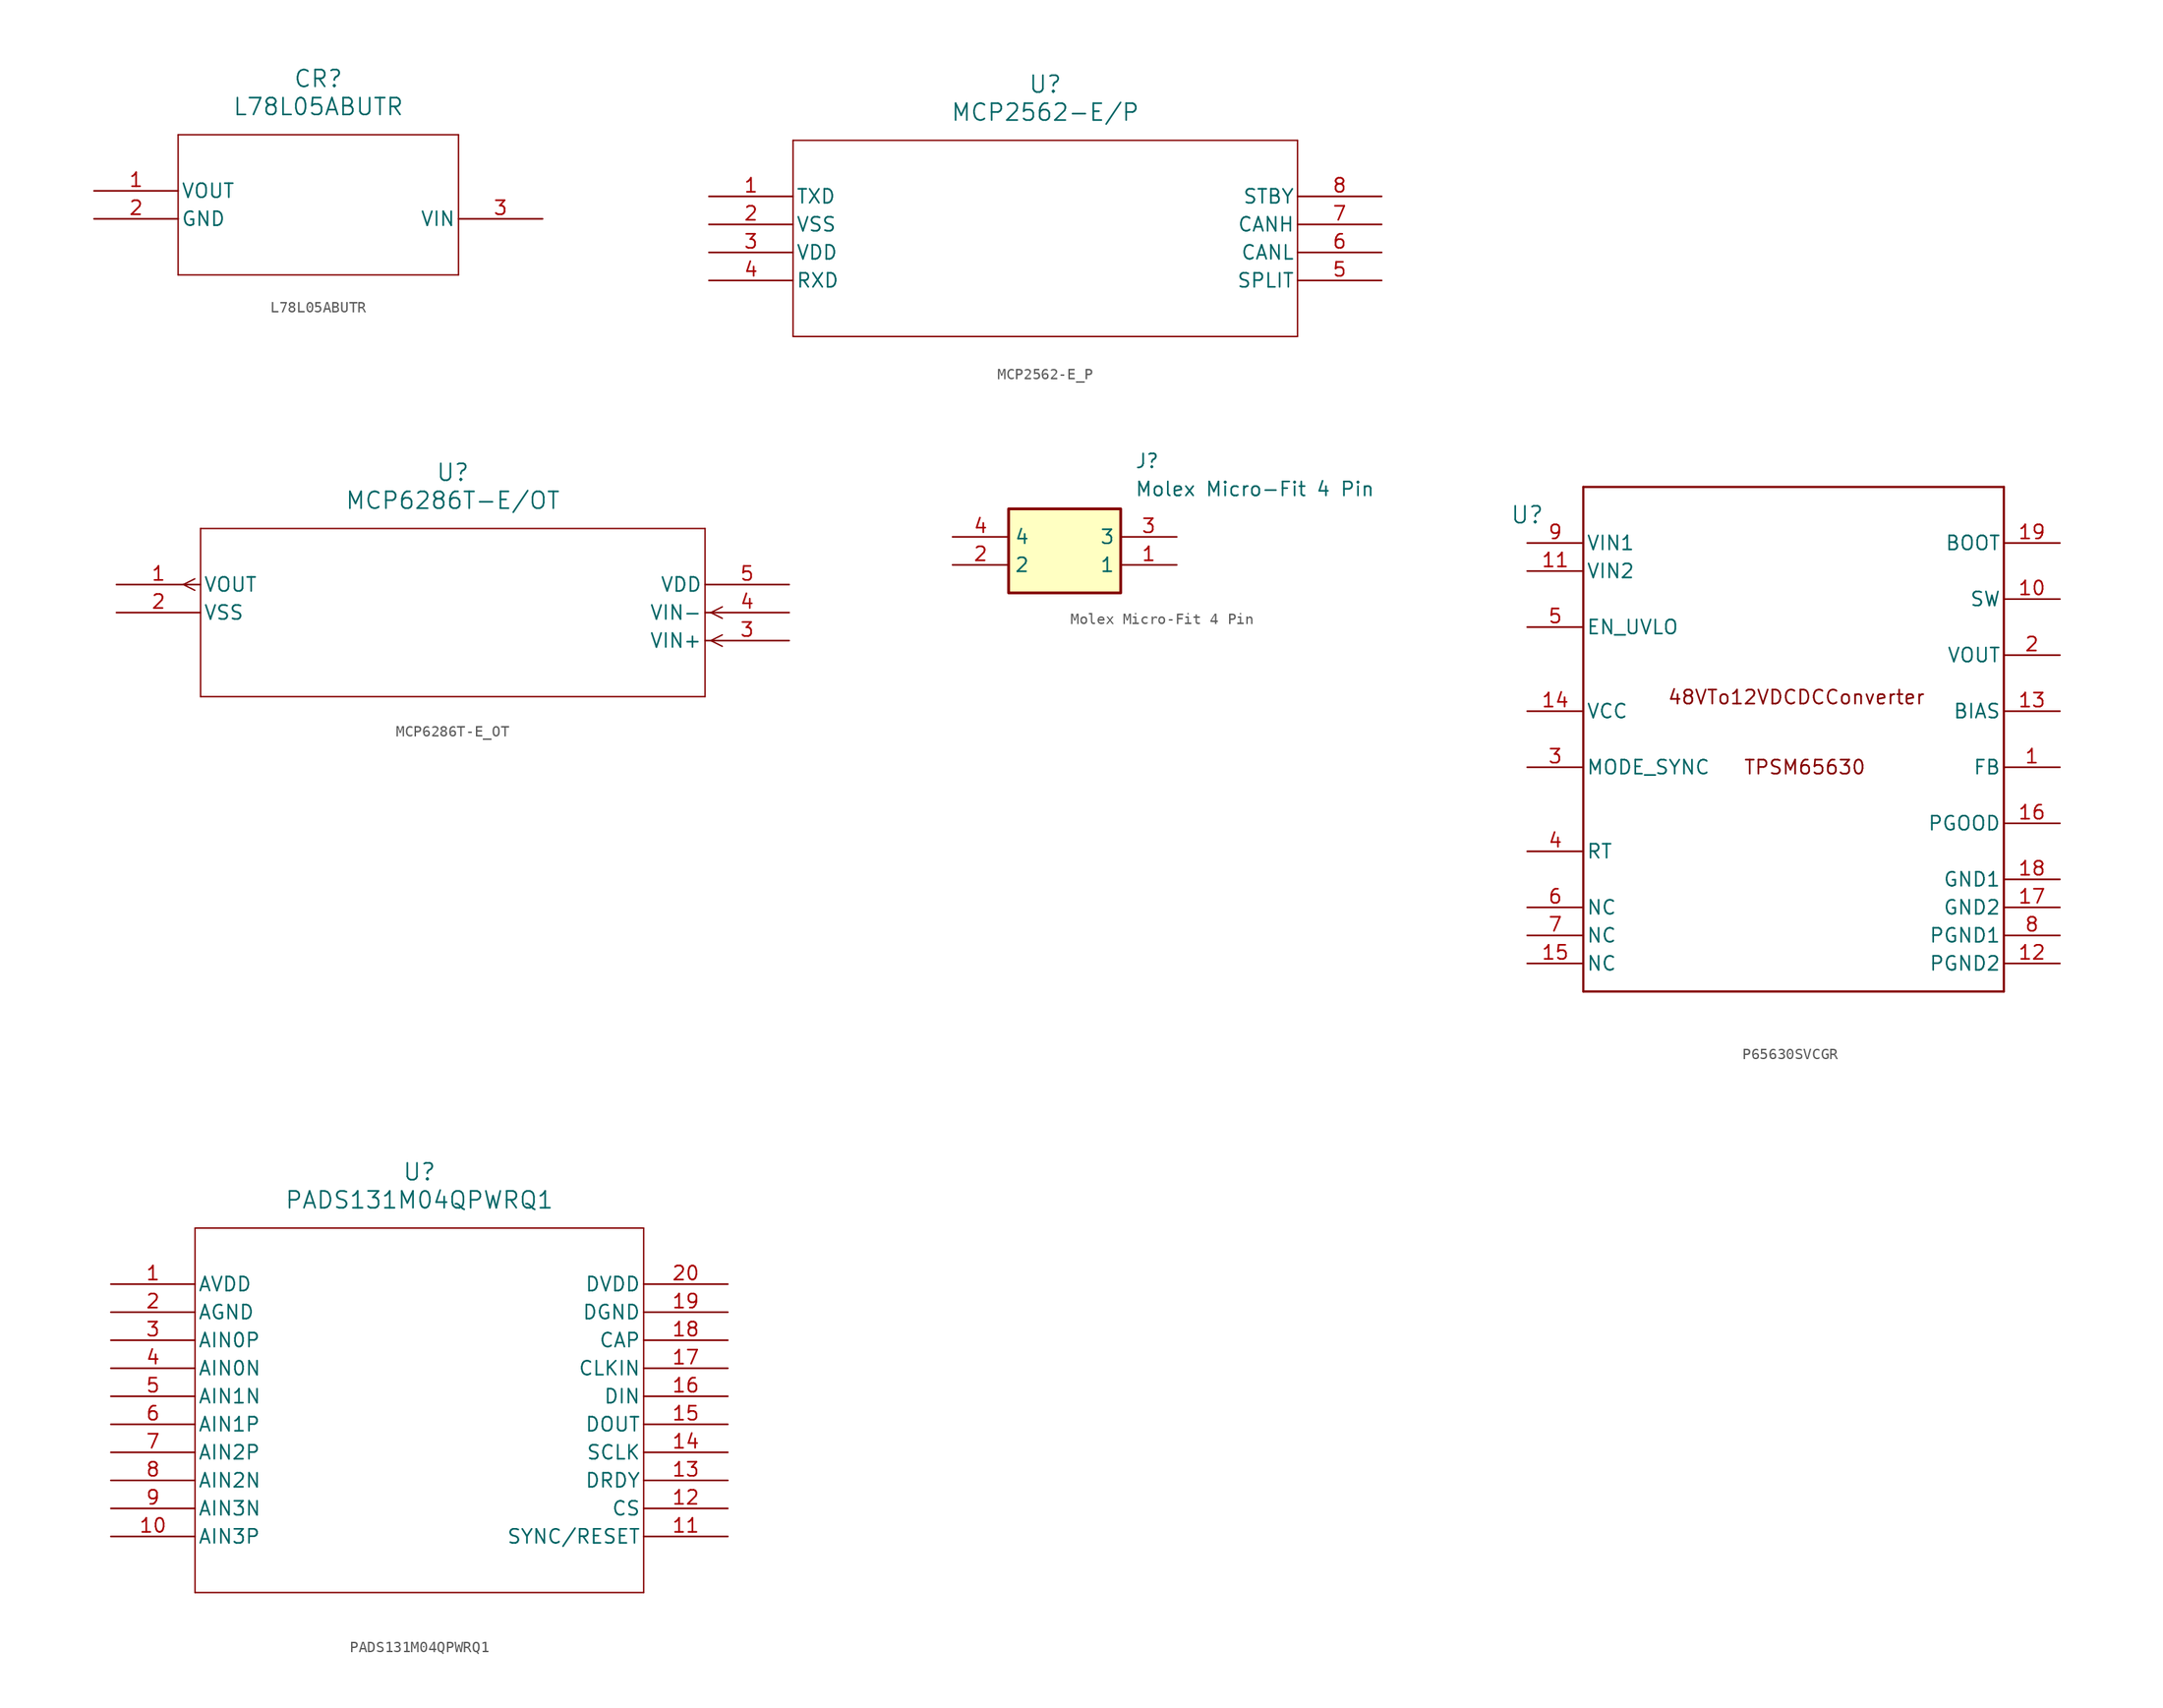
<source format=kicad_sym>
(kicad_symbol_lib
  (version 20241209)
  (generator "kicad_symbol_editor")
  (generator_version "9.0")
  (symbol "L78L05ABUTR"
    (pin_names
      (offset 0.254))
    (property "Reference" "CR"
      (at 20.32 10.16 0)
      (effects (font (size 1.524 1.524))))
    (property "Value" "L78L05ABUTR"
      (at 20.32 7.62 0)
      (effects (font (size 1.524 1.524))))
    (symbol "L78L05ABUTR_0_1"
      (polyline (pts (xy 7.62 5.08) (xy 7.62 -7.62)) (stroke (width 0.127) (type default)) (fill (type none)))
      (polyline (pts (xy 7.62 -7.62) (xy 33.02 -7.62)) (stroke (width 0.127) (type default)) (fill (type none)))
      (polyline (pts (xy 33.02 5.08) (xy 7.62 5.08)) (stroke (width 0.127) (type default)) (fill (type none)))
      (polyline (pts (xy 33.02 -7.62) (xy 33.02 5.08)) (stroke (width 0.127) (type default)) (fill (type none)))
      (pin output line (at 0 0 0) (length 7.62) (name "VOUT" (effects (font (size 1.27 1.27)))) (number "1" (effects (font (size 1.27 1.27)))))
      (pin power_out line (at 0 -2.54 0) (length 7.62) (name "GND" (effects (font (size 1.27 1.27)))) (number "2" (effects (font (size 1.27 1.27)))))
      (pin input line (at 40.64 -2.54 180) (length 7.62) (name "VIN" (effects (font (size 1.27 1.27)))) (number "3" (effects (font (size 1.27 1.27)))))))
  (symbol "MCP2562-E_P"
    (pin_names
      (offset 0.254))
    (property "Reference" "U"
      (at 30.48 10.16 0)
      (effects (font (size 1.524 1.524))))
    (property "Value" "MCP2562-E/P"
      (at 30.48 7.62 0)
      (effects (font (size 1.524 1.524))))
    (property "ki_locked" ""
      (at 0 0 0)
      (effects (font (size 1.27 1.27))))
    (symbol "MCP2562-E_P_0_1"
      (polyline (pts (xy 7.62 5.08) (xy 7.62 -12.7)) (stroke (width 0.127) (type default)) (fill (type none)))
      (polyline (pts (xy 7.62 -12.7) (xy 53.34 -12.7)) (stroke (width 0.127) (type default)) (fill (type none)))
      (polyline (pts (xy 53.34 5.08) (xy 7.62 5.08)) (stroke (width 0.127) (type default)) (fill (type none)))
      (polyline (pts (xy 53.34 -12.7) (xy 53.34 5.08)) (stroke (width 0.127) (type default)) (fill (type none)))
      (pin input line (at 0 0 0) (length 7.62) (name "TXD" (effects (font (size 1.27 1.27)))) (number "1" (effects (font (size 1.27 1.27)))))
      (pin power_in line (at 0 -2.54 0) (length 7.62) (name "VSS" (effects (font (size 1.27 1.27)))) (number "2" (effects (font (size 1.27 1.27)))))
      (pin power_in line (at 0 -5.08 0) (length 7.62) (name "VDD" (effects (font (size 1.27 1.27)))) (number "3" (effects (font (size 1.27 1.27)))))
      (pin output line (at 0 -7.62 0) (length 7.62) (name "RXD" (effects (font (size 1.27 1.27)))) (number "4" (effects (font (size 1.27 1.27)))))
      (pin input line (at 60.96 0 180) (length 7.62) (name "STBY" (effects (font (size 1.27 1.27)))) (number "8" (effects (font (size 1.27 1.27)))))
      (pin bidirectional line (at 60.96 -2.54 180) (length 7.62) (name "CANH" (effects (font (size 1.27 1.27)))) (number "7" (effects (font (size 1.27 1.27)))))
      (pin bidirectional line (at 60.96 -5.08 180) (length 7.62) (name "CANL" (effects (font (size 1.27 1.27)))) (number "6" (effects (font (size 1.27 1.27)))))
      (pin unspecified line (at 60.96 -7.62 180) (length 7.62) (name "SPLIT" (effects (font (size 1.27 1.27)))) (number "5" (effects (font (size 1.27 1.27)))))))
  (symbol "MCP6286T-E_OT"
    (pin_names
      (offset 0.254))
    (property "Reference" "U"
      (at 30.48 10.16 0)
      (effects (font (size 1.524 1.524))))
    (property "Value" "MCP6286T-E/OT"
      (at 30.48 7.62 0)
      (effects (font (size 1.524 1.524))))
    (property "ki_locked" ""
      (at 0 0 0)
      (effects (font (size 1.27 1.27))))
    (symbol "MCP6286T-E_OT_0_1"
      (polyline (pts (xy 7.099 0.521) (xy 6.058 0)) (stroke (width 0.127) (type default)) (fill (type none)))
      (polyline (pts (xy 7.099 -0.521) (xy 6.058 0)) (stroke (width 0.127) (type default)) (fill (type none)))
      (polyline (pts (xy 7.62 5.08) (xy 7.62 -10.16)) (stroke (width 0.127) (type default)) (fill (type none)))
      (polyline (pts (xy 7.62 -10.16) (xy 53.34 -10.16)) (stroke (width 0.127) (type default)) (fill (type none)))
      (polyline (pts (xy 53.34 5.08) (xy 7.62 5.08)) (stroke (width 0.127) (type default)) (fill (type none)))
      (polyline (pts (xy 53.34 -10.16) (xy 53.34 5.08)) (stroke (width 0.127) (type default)) (fill (type none)))
      (polyline (pts (xy 53.861 -2.54) (xy 54.902 -2.019)) (stroke (width 0.127) (type default)) (fill (type none)))
      (polyline (pts (xy 53.861 -2.54) (xy 54.902 -3.061)) (stroke (width 0.127) (type default)) (fill (type none)))
      (polyline (pts (xy 53.861 -5.08) (xy 54.902 -4.559)) (stroke (width 0.127) (type default)) (fill (type none)))
      (polyline (pts (xy 53.861 -5.08) (xy 54.902 -5.601)) (stroke (width 0.127) (type default)) (fill (type none)))
      (pin output line (at 0 0 0) (length 7.62) (name "VOUT" (effects (font (size 1.27 1.27)))) (number "1" (effects (font (size 1.27 1.27)))))
      (pin power_in line (at 0 -2.54 0) (length 7.62) (name "VSS" (effects (font (size 1.27 1.27)))) (number "2" (effects (font (size 1.27 1.27)))))
      (pin power_in line (at 60.96 0 180) (length 7.62) (name "VDD" (effects (font (size 1.27 1.27)))) (number "5" (effects (font (size 1.27 1.27)))))
      (pin input line (at 60.96 -2.54 180) (length 7.62) (name "VIN-" (effects (font (size 1.27 1.27)))) (number "4" (effects (font (size 1.27 1.27)))))
      (pin input line (at 60.96 -5.08 180) (length 7.62) (name "VIN+" (effects (font (size 1.27 1.27)))) (number "3" (effects (font (size 1.27 1.27)))))))
  (symbol "Molex Micro-Fit 4 Pin"
    (property "Reference" "J"
      (at 16.51 7.62 0)
      (effects (font (size 1.27 1.27)) (justify left top)))
    (property "Value" "Molex Micro-Fit 4 Pin"
      (at 16.51 5.08 0)
      (effects (font (size 1.27 1.27)) (justify left top)))
    (symbol "Molex Micro-Fit 4 Pin_1_1"
      (rectangle (start 5.08 2.54) (end 15.24 -5.08) (stroke (width 0.254) (type default)) (fill (type background)))
      (pin passive line (at 0 0 0) (length 5.08) (name "4" (effects (font (size 1.27 1.27)))) (number "4" (effects (font (size 1.27 1.27)))))
      (pin passive line (at 0 -2.54 0) (length 5.08) (name "2" (effects (font (size 1.27 1.27)))) (number "2" (effects (font (size 1.27 1.27)))))
      (pin passive line (at 20.32 0 180) (length 5.08) (name "3" (effects (font (size 1.27 1.27)))) (number "3" (effects (font (size 1.27 1.27)))))
      (pin passive line (at 20.32 -2.54 180) (length 5.08) (name "1" (effects (font (size 1.27 1.27)))) (number "1" (effects (font (size 1.27 1.27)))))))
  (symbol "P65630SVCGR"
    (pin_names
      (offset 0.254))
    (property "Reference" "U"
      (at 0 2.54 0)
      (effects (font (size 1.524 1.524))))
    (property "ki_locked" ""
      (at 0 0 0)
      (effects (font (size 1.27 1.27))))
    (symbol "P65630SVCGR_0_1"
      (polyline (pts (xy 5.08 5.08) (xy 5.08 -40.64)) (stroke (width 0.203) (type default)) (fill (type none)))
      (polyline (pts (xy 5.08 -40.64) (xy 43.18 -40.64)) (stroke (width 0.203) (type default)) (fill (type none)))
      (polyline (pts (xy 43.18 5.08) (xy 5.08 5.08)) (stroke (width 0.203) (type default)) (fill (type none)))
      (polyline (pts (xy 43.18 -40.64) (xy 43.18 5.08)) (stroke (width 0.203) (type default)) (fill (type none)))
      (pin power_in line (at 0 0 0) (length 5.08) (name "VIN1" (effects (font (size 1.27 1.27)))) (number "9" (effects (font (size 1.27 1.27)))))
      (pin power_in line (at 0 -2.54 0) (length 5.08) (name "VIN2" (effects (font (size 1.27 1.27)))) (number "11" (effects (font (size 1.27 1.27)))))
      (pin input line (at 0 -7.62 0) (length 5.08) (name "EN_UVLO" (effects (font (size 1.27 1.27)))) (number "5" (effects (font (size 1.27 1.27)))))
      (pin power_in line (at 0 -15.24 0) (length 5.08) (name "VCC" (effects (font (size 1.27 1.27)))) (number "14" (effects (font (size 1.27 1.27)))))
      (pin input line (at 0 -20.32 0) (length 5.08) (name "MODE_SYNC" (effects (font (size 1.27 1.27)))) (number "3" (effects (font (size 1.27 1.27)))))
      (pin unspecified line (at 0 -27.94 0) (length 5.08) (name "RT" (effects (font (size 1.27 1.27)))) (number "4" (effects (font (size 1.27 1.27)))))
      (pin unspecified line (at 0 -33.02 0) (length 5.08) (name "NC" (effects (font (size 1.27 1.27)))) (number "6" (effects (font (size 1.27 1.27)))))
      (pin unspecified line (at 0 -35.56 0) (length 5.08) (name "NC" (effects (font (size 1.27 1.27)))) (number "7" (effects (font (size 1.27 1.27)))))
      (pin unspecified line (at 0 -38.1 0) (length 5.08) (name "NC" (effects (font (size 1.27 1.27)))) (number "15" (effects (font (size 1.27 1.27)))))
      (pin power_in line (at 48.26 0 180) (length 5.08) (name "BOOT" (effects (font (size 1.27 1.27)))) (number "19" (effects (font (size 1.27 1.27)))))
      (pin power_in line (at 48.26 -5.08 180) (length 5.08) (name "SW" (effects (font (size 1.27 1.27)))) (number "10" (effects (font (size 1.27 1.27)))))
      (pin power_in line (at 48.26 -10.16 180) (length 5.08) (name "VOUT" (effects (font (size 1.27 1.27)))) (number "2" (effects (font (size 1.27 1.27)))))
      (pin power_in line (at 48.26 -15.24 180) (length 5.08) (name "BIAS" (effects (font (size 1.27 1.27)))) (number "13" (effects (font (size 1.27 1.27)))))
      (pin unspecified line (at 48.26 -20.32 180) (length 5.08) (name "FB" (effects (font (size 1.27 1.27)))) (number "1" (effects (font (size 1.27 1.27)))))
      (pin open_collector line (at 48.26 -25.4 180) (length 5.08) (name "PGOOD" (effects (font (size 1.27 1.27)))) (number "16" (effects (font (size 1.27 1.27)))))
      (pin power_in line (at 48.26 -30.48 180) (length 5.08) (name "GND1" (effects (font (size 1.27 1.27)))) (number "18" (effects (font (size 1.27 1.27)))))
      (pin power_in line (at 48.26 -33.02 180) (length 5.08) (name "GND2" (effects (font (size 1.27 1.27)))) (number "17" (effects (font (size 1.27 1.27)))))
      (pin power_in line (at 48.26 -35.56 180) (length 5.08) (name "PGND1" (effects (font (size 1.27 1.27)))) (number "8" (effects (font (size 1.27 1.27)))))
      (pin power_in line (at 48.26 -38.1 180) (length 5.08) (name "PGND2" (effects (font (size 1.27 1.27)))) (number "12" (effects (font (size 1.27 1.27))))))
    (symbol "P65630SVCGR_1_1"
      (text "48VTo12VDCDCConverter" (at 24.384 -13.97 0) (effects (font (size 1.27 1.27))))
      (text "TPSM65630" (at 25.146 -20.32 0) (effects (font (size 1.27 1.27))))))
  (symbol "PADS131M04QPWRQ1"
    (pin_names
      (offset 0.254))
    (property "Reference" "U"
      (at 27.94 10.16 0)
      (effects (font (size 1.524 1.524))))
    (property "Value" "PADS131M04QPWRQ1"
      (at 27.94 7.62 0)
      (effects (font (size 1.524 1.524))))
    (symbol "PADS131M04QPWRQ1_0_1"
      (polyline (pts (xy 7.62 5.08) (xy 7.62 -27.94)) (stroke (width 0.127) (type default)) (fill (type none)))
      (polyline (pts (xy 7.62 -27.94) (xy 48.26 -27.94)) (stroke (width 0.127) (type default)) (fill (type none)))
      (polyline (pts (xy 48.26 5.08) (xy 7.62 5.08)) (stroke (width 0.127) (type default)) (fill (type none)))
      (polyline (pts (xy 48.26 -27.94) (xy 48.26 5.08)) (stroke (width 0.127) (type default)) (fill (type none)))
      (pin unspecified line (at 0 0 0) (length 7.62) (name "AVDD" (effects (font (size 1.27 1.27)))) (number "1" (effects (font (size 1.27 1.27)))))
      (pin power_out line (at 0 -2.54 0) (length 7.62) (name "AGND" (effects (font (size 1.27 1.27)))) (number "2" (effects (font (size 1.27 1.27)))))
      (pin input line (at 0 -5.08 0) (length 7.62) (name "AIN0P" (effects (font (size 1.27 1.27)))) (number "3" (effects (font (size 1.27 1.27)))))
      (pin input line (at 0 -7.62 0) (length 7.62) (name "AIN0N" (effects (font (size 1.27 1.27)))) (number "4" (effects (font (size 1.27 1.27)))))
      (pin input line (at 0 -10.16 0) (length 7.62) (name "AIN1N" (effects (font (size 1.27 1.27)))) (number "5" (effects (font (size 1.27 1.27)))))
      (pin input line (at 0 -12.7 0) (length 7.62) (name "AIN1P" (effects (font (size 1.27 1.27)))) (number "6" (effects (font (size 1.27 1.27)))))
      (pin input line (at 0 -15.24 0) (length 7.62) (name "AIN2P" (effects (font (size 1.27 1.27)))) (number "7" (effects (font (size 1.27 1.27)))))
      (pin input line (at 0 -17.78 0) (length 7.62) (name "AIN2N" (effects (font (size 1.27 1.27)))) (number "8" (effects (font (size 1.27 1.27)))))
      (pin input line (at 0 -20.32 0) (length 7.62) (name "AIN3N" (effects (font (size 1.27 1.27)))) (number "9" (effects (font (size 1.27 1.27)))))
      (pin input line (at 0 -22.86 0) (length 7.62) (name "AIN3P" (effects (font (size 1.27 1.27)))) (number "10" (effects (font (size 1.27 1.27)))))
      (pin bidirectional line (at 55.88 0 180) (length 7.62) (name "DVDD" (effects (font (size 1.27 1.27)))) (number "20" (effects (font (size 1.27 1.27)))))
      (pin power_out line (at 55.88 -2.54 180) (length 7.62) (name "DGND" (effects (font (size 1.27 1.27)))) (number "19" (effects (font (size 1.27 1.27)))))
      (pin output line (at 55.88 -5.08 180) (length 7.62) (name "CAP" (effects (font (size 1.27 1.27)))) (number "18" (effects (font (size 1.27 1.27)))))
      (pin input line (at 55.88 -7.62 180) (length 7.62) (name "CLKIN" (effects (font (size 1.27 1.27)))) (number "17" (effects (font (size 1.27 1.27)))))
      (pin input line (at 55.88 -10.16 180) (length 7.62) (name "DIN" (effects (font (size 1.27 1.27)))) (number "16" (effects (font (size 1.27 1.27)))))
      (pin output line (at 55.88 -12.7 180) (length 7.62) (name "DOUT" (effects (font (size 1.27 1.27)))) (number "15" (effects (font (size 1.27 1.27)))))
      (pin input line (at 55.88 -15.24 180) (length 7.62) (name "SCLK" (effects (font (size 1.27 1.27)))) (number "14" (effects (font (size 1.27 1.27)))))
      (pin output line (at 55.88 -17.78 180) (length 7.62) (name "DRDY" (effects (font (size 1.27 1.27)))) (number "13" (effects (font (size 1.27 1.27)))))
      (pin input line (at 55.88 -20.32 180) (length 7.62) (name "CS" (effects (font (size 1.27 1.27)))) (number "12" (effects (font (size 1.27 1.27)))))
      (pin input line (at 55.88 -22.86 180) (length 7.62) (name "SYNC/RESET" (effects (font (size 1.27 1.27)))) (number "11" (effects (font (size 1.27 1.27))))))))
</source>
